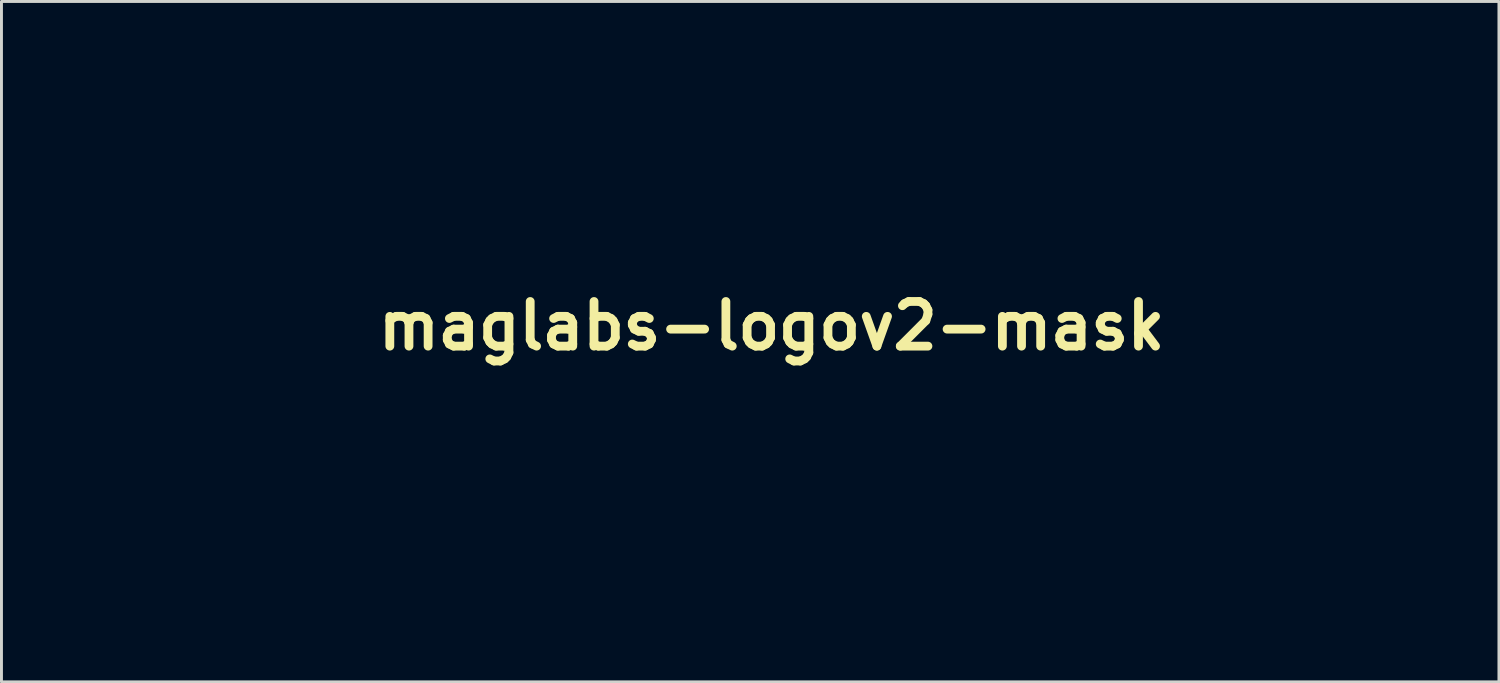
<source format=kicad_pcb>
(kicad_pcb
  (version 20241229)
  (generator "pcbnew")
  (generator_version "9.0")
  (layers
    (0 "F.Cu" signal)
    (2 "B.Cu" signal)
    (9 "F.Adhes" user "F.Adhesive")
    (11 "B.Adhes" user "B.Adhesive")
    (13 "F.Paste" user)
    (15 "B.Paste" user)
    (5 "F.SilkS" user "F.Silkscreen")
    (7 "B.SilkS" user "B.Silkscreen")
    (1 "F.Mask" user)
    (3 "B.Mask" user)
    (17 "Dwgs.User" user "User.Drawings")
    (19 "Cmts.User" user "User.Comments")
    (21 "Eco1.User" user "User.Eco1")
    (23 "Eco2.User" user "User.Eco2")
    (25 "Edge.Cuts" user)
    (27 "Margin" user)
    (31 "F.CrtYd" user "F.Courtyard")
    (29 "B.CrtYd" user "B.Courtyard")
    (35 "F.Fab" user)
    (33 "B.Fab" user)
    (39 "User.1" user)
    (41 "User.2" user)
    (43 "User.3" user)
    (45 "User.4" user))
  (footprint "maglabs-logov2-mask"
    (layer "F.Cu")
    (at 23.278 8.071)
    (property "Reference" "maglabs-logov2-mask" (at 0 0 0) (layer "F.SilkS") (effects (font (size 1.524 1.524) (thickness 0.3))))
    (attr through_hole)
    (fp_poly (pts (xy 1.905 0.349) (xy 3.651 0.349) (xy 3.651 1.524) (xy 2.18 1.524) (xy 1.88 1.524) (xy 1.6 1.522) (xy 1.346 1.52) (xy 1.124 1.518) (xy 0.941 1.514) (xy 0.803 1.511) (xy 0.717 1.507) (xy 0.688 1.503) (xy 0.685 1.469) (xy 0.682 1.376) (xy 0.679 1.227) (xy 0.677 1.029) (xy 0.675 0.784) (xy 0.673 0.497) (xy 0.671 0.172) (xy 0.669 -0.186) (xy 0.668 -0.573) (xy 0.667 -0.985) (xy 0.667 -1.418) (xy 0.667 -1.672) (xy 0.667 -4.826) (xy 1.905 -4.826) (xy 1.905 0.349)) (stroke (width 0.01) (type solid)) (fill yes) (layer "F.Mask"))
    (fp_poly (pts (xy -8.285 -1.683) (xy -8.121 -1.257) (xy -7.964 -0.847) (xy -7.815 -0.458) (xy -7.675 -0.093) (xy -7.546 0.244) (xy -7.43 0.549) (xy -7.328 0.818) (xy -7.242 1.047) (xy -7.172 1.232) (xy -7.121 1.37) (xy -7.09 1.455) (xy -7.081 1.485) (xy -7.094 1.499) (xy -7.138 1.509) (xy -7.221 1.516) (xy -7.348 1.519) (xy -7.526 1.519) (xy -7.704 1.517) (xy -8.328 1.508) (xy -8.814 0.238) (xy -11.407 0.238) (xy -11.659 0.881) (xy -11.912 1.524) (xy -12.526 1.524) (xy -12.717 1.523) (xy -12.885 1.52) (xy -13.021 1.515) (xy -13.113 1.508) (xy -13.154 1.501) (xy -13.154 1.5) (xy -13.145 1.468) (xy -13.114 1.38) (xy -13.063 1.241) (xy -12.994 1.055) (xy -12.908 0.825) (xy -12.806 0.555) (xy -12.689 0.249) (xy -12.561 -0.089) (xy -12.421 -0.455) (xy -12.271 -0.845) (xy -12.208 -1.008) (xy -10.923 -1.008) (xy -10.892 -1.002) (xy -10.806 -0.996) (xy -10.674 -0.991) (xy -10.503 -0.987) (xy -10.302 -0.985) (xy -10.095 -0.984) (xy -9.874 -0.985) (xy -9.676 -0.988) (xy -9.51 -0.991) (xy -9.384 -0.996) (xy -9.305 -1.002) (xy -9.282 -1.008) (xy -9.296 -1.042) (xy -9.331 -1.129) (xy -9.383 -1.26) (xy -9.449 -1.43) (xy -9.528 -1.631) (xy -9.615 -1.856) (xy -9.684 -2.032) (xy -9.776 -2.271) (xy -9.862 -2.491) (xy -9.939 -2.686) (xy -10.003 -2.849) (xy -10.052 -2.972) (xy -10.083 -3.048) (xy -10.092 -3.07) (xy -10.107 -3.048) (xy -10.141 -2.976) (xy -10.192 -2.859) (xy -10.256 -2.708) (xy -10.33 -2.53) (xy -10.411 -2.332) (xy -10.496 -2.123) (xy -10.581 -1.911) (xy -10.664 -1.704) (xy -10.74 -1.51) (xy -10.807 -1.336) (xy -10.862 -1.191) (xy -10.901 -1.083) (xy -10.921 -1.02) (xy -10.923 -1.008) (xy -12.208 -1.008) (xy -12.113 -1.256) (xy -11.955 -1.667) (xy -10.741 -4.81) (xy -9.488 -4.81) (xy -8.285 -1.683)) (stroke (width 0.01) (type solid)) (fill yes) (layer "F.Mask"))
    (fp_poly (pts (xy 9.169 -1.672) (xy 9.333 -1.244) (xy 9.491 -0.833) (xy 9.641 -0.443) (xy 9.781 -0.078) (xy 9.91 0.26) (xy 10.027 0.565) (xy 10.13 0.834) (xy 10.217 1.064) (xy 10.287 1.249) (xy 10.339 1.387) (xy 10.372 1.473) (xy 10.382 1.503) (xy 10.352 1.51) (xy 10.268 1.515) (xy 10.14 1.52) (xy 9.977 1.523) (xy 9.79 1.524) (xy 9.767 1.524) (xy 9.536 1.523) (xy 9.362 1.519) (xy 9.24 1.512) (xy 9.163 1.502) (xy 9.125 1.488) (xy 9.122 1.484) (xy 9.099 1.44) (xy 9.061 1.35) (xy 9.011 1.227) (xy 8.961 1.095) (xy 8.896 0.922) (xy 8.826 0.739) (xy 8.763 0.571) (xy 8.73 0.484) (xy 8.63 0.222) (xy 7.339 0.222) (xy 6.048 0.223) (xy 5.54 1.508) (xy 4.913 1.517) (xy 4.722 1.518) (xy 4.553 1.517) (xy 4.418 1.514) (xy 4.326 1.509) (xy 4.287 1.502) (xy 4.286 1.501) (xy 4.297 1.469) (xy 4.329 1.381) (xy 4.382 1.242) (xy 4.452 1.055) (xy 4.54 0.824) (xy 4.643 0.554) (xy 4.76 0.248) (xy 4.89 -0.09) (xy 5.031 -0.457) (xy 5.181 -0.847) (xy 5.249 -1.024) (xy 6.518 -1.024) (xy 6.526 -1.011) (xy 6.564 -1.002) (xy 6.639 -0.994) (xy 6.757 -0.989) (xy 6.922 -0.986) (xy 7.14 -0.985) (xy 7.334 -0.984) (xy 7.586 -0.984) (xy 7.78 -0.986) (xy 7.926 -0.988) (xy 8.028 -0.992) (xy 8.095 -0.998) (xy 8.132 -1.007) (xy 8.148 -1.019) (xy 8.148 -1.035) (xy 8.147 -1.04) (xy 8.088 -1.202) (xy 8.017 -1.391) (xy 7.938 -1.598) (xy 7.852 -1.817) (xy 7.764 -2.04) (xy 7.676 -2.259) (xy 7.591 -2.466) (xy 7.514 -2.655) (xy 7.445 -2.816) (xy 7.39 -2.943) (xy 7.35 -3.029) (xy 7.329 -3.065) (xy 7.327 -3.065) (xy 7.31 -3.026) (xy 7.273 -2.936) (xy 7.218 -2.801) (xy 7.15 -2.628) (xy 7.069 -2.426) (xy 6.98 -2.2) (xy 6.919 -2.044) (xy 6.826 -1.807) (xy 6.741 -1.589) (xy 6.665 -1.397) (xy 6.602 -1.236) (xy 6.555 -1.116) (xy 6.526 -1.043) (xy 6.518 -1.024) (xy 5.249 -1.024) (xy 5.339 -1.259) (xy 5.499 -1.675) (xy 6.713 -4.826) (xy 7.956 -4.826) (xy 9.169 -1.672)) (stroke (width 0.01) (type solid)) (fill yes) (layer "F.Mask"))
    (fp_poly (pts (xy -3.261 -4.974) (xy -3.031 -4.955) (xy -2.933 -4.941) (xy -2.471 -4.835) (xy -2.05 -4.682) (xy -1.666 -4.481) (xy -1.313 -4.229) (xy -1.04 -3.978) (xy -0.858 -3.793) (xy -1.284 -3.367) (xy -1.711 -2.942) (xy -1.918 -3.136) (xy -2.209 -3.367) (xy -2.529 -3.55) (xy -2.871 -3.682) (xy -3.226 -3.763) (xy -3.587 -3.792) (xy -3.946 -3.768) (xy -4.295 -3.69) (xy -4.626 -3.557) (xy -4.754 -3.487) (xy -4.92 -3.37) (xy -5.096 -3.216) (xy -5.264 -3.044) (xy -5.404 -2.872) (xy -5.447 -2.81) (xy -5.606 -2.503) (xy -5.711 -2.172) (xy -5.762 -1.828) (xy -5.758 -1.478) (xy -5.699 -1.132) (xy -5.585 -0.8) (xy -5.47 -0.577) (xy -5.349 -0.406) (xy -5.188 -0.225) (xy -5.004 -0.049) (xy -4.813 0.105) (xy -4.633 0.221) (xy -4.618 0.229) (xy -4.332 0.357) (xy -4.044 0.439) (xy -3.734 0.48) (xy -3.524 0.487) (xy -3.235 0.476) (xy -2.985 0.44) (xy -2.756 0.374) (xy -2.572 0.296) (xy -2.44 0.214) (xy -2.292 0.094) (xy -2.141 -0.051) (xy -2.004 -0.205) (xy -1.895 -0.353) (xy -1.863 -0.407) (xy -1.774 -0.572) (xy -3.619 -0.572) (xy -3.619 -1.714) (xy -0.404 -1.714) (xy -0.421 -1.294) (xy -0.446 -0.969) (xy -0.499 -0.678) (xy -0.584 -0.399) (xy -0.709 -0.109) (xy -0.762 -0.002) (xy -0.993 0.383) (xy -1.263 0.721) (xy -1.571 1.01) (xy -1.913 1.249) (xy -2.286 1.433) (xy -2.688 1.563) (xy -2.87 1.601) (xy -3.253 1.65) (xy -3.641 1.665) (xy -3.937 1.651) (xy -4.405 1.577) (xy -4.846 1.448) (xy -5.254 1.265) (xy -5.629 1.032) (xy -5.966 0.75) (xy -6.262 0.423) (xy -6.515 0.053) (xy -6.722 -0.357) (xy -6.879 -0.806) (xy -6.882 -0.817) (xy -6.913 -0.934) (xy -6.936 -1.036) (xy -6.952 -1.136) (xy -6.961 -1.249) (xy -6.966 -1.388) (xy -6.967 -1.568) (xy -6.967 -1.699) (xy -6.965 -1.919) (xy -6.961 -2.089) (xy -6.952 -2.222) (xy -6.939 -2.332) (xy -6.919 -2.432) (xy -6.898 -2.514) (xy -6.76 -2.923) (xy -6.583 -3.292) (xy -6.359 -3.632) (xy -6.08 -3.958) (xy -6.019 -4.02) (xy -5.683 -4.32) (xy -5.327 -4.561) (xy -4.944 -4.748) (xy -4.525 -4.886) (xy -4.493 -4.895) (xy -4.297 -4.932) (xy -4.058 -4.959) (xy -3.793 -4.975) (xy -3.521 -4.981) (xy -3.261 -4.974)) (stroke (width 0.01) (type solid)) (fill yes) (layer "F.Mask"))
    (fp_poly (pts (xy 12.216 -4.817) (xy 12.537 -4.811) (xy 12.803 -4.804) (xy 13.022 -4.793) (xy 13.203 -4.779) (xy 13.354 -4.759) (xy 13.483 -4.733) (xy 13.6 -4.7) (xy 13.712 -4.658) (xy 13.828 -4.606) (xy 13.875 -4.583) (xy 14.139 -4.422) (xy 14.358 -4.224) (xy 14.531 -3.996) (xy 14.656 -3.747) (xy 14.732 -3.482) (xy 14.759 -3.209) (xy 14.734 -2.935) (xy 14.656 -2.668) (xy 14.524 -2.413) (xy 14.337 -2.18) (xy 14.315 -2.158) (xy 14.137 -1.982) (xy 14.33 -1.872) (xy 14.445 -1.796) (xy 14.579 -1.693) (xy 14.706 -1.582) (xy 14.733 -1.556) (xy 14.926 -1.335) (xy 15.066 -1.098) (xy 15.156 -0.835) (xy 15.201 -0.538) (xy 15.207 -0.349) (xy 15.181 -0.005) (xy 15.102 0.307) (xy 14.967 0.592) (xy 14.774 0.854) (xy 14.738 0.895) (xy 14.525 1.095) (xy 14.295 1.25) (xy 14.037 1.365) (xy 13.741 1.444) (xy 13.398 1.491) (xy 13.394 1.492) (xy 13.275 1.499) (xy 13.115 1.506) (xy 12.924 1.512) (xy 12.711 1.517) (xy 12.484 1.52) (xy 12.252 1.523) (xy 12.025 1.523) (xy 11.812 1.523) (xy 11.621 1.521) (xy 11.462 1.518) (xy 11.343 1.513) (xy 11.274 1.507) (xy 11.261 1.503) (xy 11.258 1.469) (xy 11.255 1.376) (xy 11.252 1.227) (xy 11.25 1.029) (xy 11.247 0.784) (xy 11.245 0.497) (xy 11.244 0.349) (xy 12.478 0.349) (xy 12.724 0.348) (xy 12.888 0.343) (xy 13.07 0.331) (xy 13.208 0.316) (xy 13.442 0.277) (xy 13.622 0.223) (xy 13.758 0.152) (xy 13.836 0.087) (xy 13.929 -0.032) (xy 13.983 -0.161) (xy 14.006 -0.322) (xy 14.007 -0.398) (xy 13.98 -0.623) (xy 13.901 -0.814) (xy 13.769 -0.971) (xy 13.584 -1.095) (xy 13.346 -1.185) (xy 13.054 -1.243) (xy 12.707 -1.268) (xy 12.644 -1.269) (xy 12.478 -1.27) (xy 12.478 0.349) (xy 11.244 0.349) (xy 11.244 0.172) (xy 11.242 -0.186) (xy 11.241 -0.574) (xy 11.24 -0.986) (xy 11.24 -1.418) (xy 11.239 -1.676) (xy 11.239 -3.651) (xy 12.478 -3.651) (xy 12.478 -2.341) (xy 12.759 -2.357) (xy 12.945 -2.374) (xy 13.091 -2.406) (xy 13.216 -2.453) (xy 13.381 -2.558) (xy 13.494 -2.698) (xy 13.556 -2.875) (xy 13.569 -3.029) (xy 13.55 -3.217) (xy 13.49 -3.364) (xy 13.385 -3.482) (xy 13.359 -3.502) (xy 13.246 -3.573) (xy 13.123 -3.618) (xy 12.974 -3.643) (xy 12.78 -3.651) (xy 12.759 -3.651) (xy 12.478 -3.651) (xy 11.239 -3.651) (xy 11.239 -4.833) (xy 12.216 -4.817)) (stroke (width 0.01) (type solid)) (fill yes) (layer "F.Mask"))
    (fp_poly (pts (xy 18.258 -4.961) (xy 18.562 -4.888) (xy 18.851 -4.76) (xy 19.138 -4.574) (xy 19.168 -4.552) (xy 19.277 -4.463) (xy 19.394 -4.359) (xy 19.509 -4.25) (xy 19.611 -4.146) (xy 19.691 -4.057) (xy 19.739 -3.993) (xy 19.748 -3.969) (xy 19.726 -3.941) (xy 19.663 -3.877) (xy 19.567 -3.787) (xy 19.445 -3.676) (xy 19.316 -3.561) (xy 18.884 -3.18) (xy 18.641 -3.426) (xy 18.468 -3.589) (xy 18.313 -3.702) (xy 18.166 -3.772) (xy 18.015 -3.805) (xy 17.922 -3.81) (xy 17.729 -3.789) (xy 17.576 -3.73) (xy 17.467 -3.635) (xy 17.408 -3.509) (xy 17.399 -3.427) (xy 17.402 -3.358) (xy 17.413 -3.294) (xy 17.436 -3.23) (xy 17.476 -3.161) (xy 17.536 -3.082) (xy 17.622 -2.988) (xy 17.737 -2.876) (xy 17.886 -2.74) (xy 18.072 -2.576) (xy 18.299 -2.378) (xy 18.465 -2.236) (xy 18.762 -1.977) (xy 19.012 -1.75) (xy 19.22 -1.548) (xy 19.39 -1.367) (xy 19.526 -1.201) (xy 19.634 -1.044) (xy 19.717 -0.891) (xy 19.781 -0.737) (xy 19.827 -0.586) (xy 19.861 -0.388) (xy 19.873 -0.159) (xy 19.863 0.077) (xy 19.832 0.29) (xy 19.828 0.31) (xy 19.728 0.601) (xy 19.573 0.87) (xy 19.372 1.111) (xy 19.133 1.315) (xy 18.862 1.476) (xy 18.569 1.585) (xy 18.507 1.6) (xy 18.236 1.645) (xy 17.952 1.664) (xy 17.686 1.656) (xy 17.612 1.648) (xy 17.262 1.571) (xy 16.936 1.438) (xy 16.639 1.253) (xy 16.381 1.021) (xy 16.263 0.882) (xy 16.181 0.77) (xy 16.098 0.647) (xy 16.02 0.525) (xy 15.957 0.417) (xy 15.917 0.337) (xy 15.907 0.303) (xy 15.932 0.28) (xy 16.002 0.23) (xy 16.105 0.162) (xy 16.232 0.08) (xy 16.372 -0.008) (xy 16.513 -0.096) (xy 16.647 -0.178) (xy 16.763 -0.246) (xy 16.849 -0.294) (xy 16.896 -0.317) (xy 16.9 -0.318) (xy 16.923 -0.293) (xy 16.971 -0.228) (xy 17.034 -0.135) (xy 17.049 -0.113) (xy 17.225 0.118) (xy 17.421 0.304) (xy 17.594 0.418) (xy 17.766 0.478) (xy 17.961 0.498) (xy 18.158 0.478) (xy 18.331 0.419) (xy 18.359 0.404) (xy 18.518 0.279) (xy 18.623 0.128) (xy 18.67 -0.043) (xy 18.658 -0.227) (xy 18.622 -0.336) (xy 18.556 -0.446) (xy 18.437 -0.589) (xy 18.263 -0.766) (xy 18.035 -0.976) (xy 17.754 -1.22) (xy 17.701 -1.265) (xy 17.366 -1.551) (xy 17.082 -1.809) (xy 16.845 -2.044) (xy 16.651 -2.26) (xy 16.497 -2.463) (xy 16.379 -2.656) (xy 16.293 -2.846) (xy 16.237 -3.036) (xy 16.206 -3.233) (xy 16.2 -3.313) (xy 16.208 -3.618) (xy 16.271 -3.895) (xy 16.391 -4.149) (xy 16.569 -4.388) (xy 16.715 -4.534) (xy 16.973 -4.731) (xy 17.254 -4.87) (xy 17.562 -4.954) (xy 17.902 -4.985) (xy 17.929 -4.985) (xy 18.258 -4.961)) (stroke (width 0.01) (type solid)) (fill yes) (layer "F.Mask"))
    (fp_poly (pts (xy -14.345 -1.676) (xy -14.271 -1.237) (xy -14.201 -0.816) (xy -14.135 -0.416) (xy -14.074 -0.043) (xy -14.018 0.3) (xy -13.968 0.608) (xy -13.925 0.878) (xy -13.889 1.105) (xy -13.861 1.284) (xy -13.842 1.412) (xy -13.832 1.484) (xy -13.832 1.5) (xy -13.867 1.507) (xy -13.955 1.514) (xy -14.086 1.52) (xy -14.249 1.523) (xy -14.413 1.524) (xy -14.63 1.523) (xy -14.791 1.519) (xy -14.9 1.512) (xy -14.965 1.501) (xy -14.992 1.487) (xy -14.994 1.484) (xy -15.001 1.447) (xy -15.019 1.352) (xy -15.044 1.206) (xy -15.078 1.013) (xy -15.118 0.779) (xy -15.165 0.511) (xy -15.216 0.212) (xy -15.271 -0.111) (xy -15.329 -0.453) (xy -15.337 -0.504) (xy -15.395 -0.846) (xy -15.45 -1.168) (xy -15.501 -1.464) (xy -15.548 -1.731) (xy -15.588 -1.962) (xy -15.622 -2.152) (xy -15.649 -2.296) (xy -15.667 -2.388) (xy -15.676 -2.424) (xy -15.676 -2.425) (xy -15.688 -2.39) (xy -15.718 -2.301) (xy -15.765 -2.162) (xy -15.827 -1.978) (xy -15.903 -1.754) (xy -15.99 -1.496) (xy -16.087 -1.208) (xy -16.192 -0.895) (xy -16.304 -0.563) (xy -16.344 -0.445) (xy -17.002 1.508) (xy -18.076 1.508) (xy -18.733 -0.46) (xy -18.877 -0.89) (xy -19.004 -1.267) (xy -19.115 -1.591) (xy -19.209 -1.86) (xy -19.285 -2.073) (xy -19.344 -2.229) (xy -19.384 -2.327) (xy -19.405 -2.366) (xy -19.409 -2.365) (xy -19.417 -2.323) (xy -19.436 -2.224) (xy -19.463 -2.074) (xy -19.498 -1.878) (xy -19.54 -1.643) (xy -19.587 -1.373) (xy -19.639 -1.075) (xy -19.695 -0.754) (xy -19.748 -0.445) (xy -19.807 -0.108) (xy -19.862 0.211) (xy -19.914 0.506) (xy -19.96 0.772) (xy -20.001 1.004) (xy -20.035 1.195) (xy -20.061 1.34) (xy -20.078 1.433) (xy -20.086 1.468) (xy -20.097 1.488) (xy -20.122 1.503) (xy -20.17 1.513) (xy -20.25 1.519) (xy -20.37 1.522) (xy -20.539 1.524) (xy -20.687 1.524) (xy -20.911 1.523) (xy -21.076 1.519) (xy -21.188 1.512) (xy -21.251 1.501) (xy -21.272 1.487) (xy -21.273 1.487) (xy -21.267 1.451) (xy -21.252 1.357) (xy -21.227 1.208) (xy -21.193 1.01) (xy -21.152 0.767) (xy -21.103 0.482) (xy -21.048 0.161) (xy -20.987 -0.194) (xy -20.921 -0.577) (xy -20.851 -0.984) (xy -20.777 -1.411) (xy -20.733 -1.666) (xy -20.657 -2.102) (xy -20.585 -2.521) (xy -20.516 -2.917) (xy -20.452 -3.288) (xy -20.394 -3.628) (xy -20.341 -3.933) (xy -20.295 -4.199) (xy -20.257 -4.423) (xy -20.227 -4.599) (xy -20.206 -4.723) (xy -20.195 -4.791) (xy -20.193 -4.804) (xy -20.163 -4.811) (xy -20.079 -4.817) (xy -19.951 -4.822) (xy -19.789 -4.825) (xy -19.603 -4.826) (xy -19.592 -4.826) (xy -18.992 -4.826) (xy -18.268 -2.653) (xy -18.149 -2.298) (xy -18.036 -1.961) (xy -17.93 -1.647) (xy -17.833 -1.361) (xy -17.746 -1.108) (xy -17.672 -0.892) (xy -17.611 -0.719) (xy -17.565 -0.592) (xy -17.537 -0.516) (xy -17.527 -0.496) (xy -17.514 -0.528) (xy -17.483 -0.616) (xy -17.436 -0.754) (xy -17.373 -0.938) (xy -17.296 -1.163) (xy -17.208 -1.424) (xy -17.11 -1.716) (xy -17.003 -2.035) (xy -16.889 -2.375) (xy -16.793 -2.661) (xy -16.076 -4.81) (xy -15.474 -4.819) (xy -14.873 -4.827) (xy -14.345 -1.676)) (stroke (width 0.01) (type solid)) (fill yes) (layer "F.Mask"))
    (fp_poly (pts (xy 1.605 -8.06) (xy 2.805 -8.046) (xy 3.972 -8.023) (xy 5.095 -7.992) (xy 5.763 -7.969) (xy 7.801 -7.877) (xy 9.791 -7.76) (xy 11.741 -7.616) (xy 13.66 -7.445) (xy 15.559 -7.245) (xy 17.445 -7.016) (xy 19.33 -6.756) (xy 20.763 -6.539) (xy 21.008 -6.501) (xy 21.232 -6.466) (xy 21.429 -6.435) (xy 21.59 -6.411) (xy 21.708 -6.393) (xy 21.775 -6.383) (xy 21.787 -6.382) (xy 21.79 -6.351) (xy 21.792 -6.259) (xy 21.794 -6.11) (xy 21.797 -5.906) (xy 21.799 -5.652) (xy 21.801 -5.349) (xy 21.803 -5) (xy 21.805 -4.61) (xy 21.806 -4.18) (xy 21.808 -3.715) (xy 21.809 -3.216) (xy 21.81 -2.688) (xy 21.811 -2.132) (xy 21.812 -1.553) (xy 21.812 -0.953) (xy 21.812 -0.335) (xy 21.812 -0.21) (xy 21.812 5.962) (xy 21.709 5.981) (xy 21.647 5.991) (xy 21.525 6.009) (xy 21.348 6.035) (xy 21.117 6.069) (xy 20.835 6.109) (xy 20.504 6.157) (xy 20.129 6.211) (xy 19.711 6.27) (xy 19.252 6.336) (xy 18.757 6.406) (xy 18.227 6.481) (xy 17.666 6.561) (xy 17.076 6.645) (xy 16.459 6.732) (xy 15.819 6.823) (xy 15.159 6.916) (xy 14.48 7.012) (xy 13.786 7.11) (xy 13.079 7.21) (xy 12.363 7.311) (xy 11.64 7.413) (xy 10.912 7.515) (xy 10.183 7.618) (xy 9.455 7.721) (xy 8.731 7.823) (xy 8.014 7.923) (xy 7.306 8.023) (xy 6.61 8.121) (xy 5.929 8.216) (xy 5.265 8.309) (xy 4.622 8.4) (xy 4.002 8.486) (xy 3.408 8.57) (xy 2.843 8.649) (xy 2.308 8.723) (xy 1.808 8.793) (xy 1.344 8.857) (xy 0.92 8.916) (xy 0.539 8.969) (xy 0.202 9.016) (xy -0.087 9.055) (xy -0.325 9.088) (xy -0.511 9.113) (xy -0.64 9.13) (xy -0.711 9.139) (xy -0.724 9.14) (xy -0.828 9.133) (xy -0.967 9.118) (xy -1.115 9.097) (xy -1.143 9.093) (xy -1.216 9.082) (xy -1.347 9.063) (xy -1.53 9.036) (xy -1.76 9.003) (xy -2.032 8.964) (xy -2.34 8.921) (xy -2.679 8.872) (xy -3.044 8.821) (xy -3.43 8.766) (xy -3.83 8.71) (xy -4 8.686) (xy -4.344 8.637) (xy -4.746 8.581) (xy -5.202 8.516) (xy -5.708 8.445) (xy -6.26 8.367) (xy -6.853 8.284) (xy -7.482 8.195) (xy -8.145 8.101) (xy -8.836 8.004) (xy -9.55 7.903) (xy -10.285 7.8) (xy -11.034 7.694) (xy -11.795 7.587) (xy -12.562 7.478) (xy -13.332 7.37) (xy -14.099 7.261) (xy -14.86 7.154) (xy -15.611 7.048) (xy -16.347 6.944) (xy -17.063 6.843) (xy -17.756 6.745) (xy -18.421 6.651) (xy -19.053 6.562) (xy -19.649 6.478) (xy -20.204 6.4) (xy -20.714 6.328) (xy -20.794 6.316) (xy -21.182 6.262) (xy -21.551 6.21) (xy -21.896 6.161) (xy -22.213 6.116) (xy -22.498 6.076) (xy -22.745 6.041) (xy -22.949 6.013) (xy -23.107 5.991) (xy -23.212 5.976) (xy -23.26 5.969) (xy -23.263 5.969) (xy -23.264 5.938) (xy -23.265 5.846) (xy -23.266 5.697) (xy -23.267 5.494) (xy -23.268 5.239) (xy -23.268 4.936) (xy -23.269 4.588) (xy -23.27 4.197) (xy -23.27 3.768) (xy -23.271 3.302) (xy -23.271 2.804) (xy -23.272 2.275) (xy -23.272 1.72) (xy -23.273 1.14) (xy -23.273 0.54) (xy -23.273 -0.078) (xy -23.273 -0.202) (xy -23.273 -5.797) (xy -22.606 -5.797) (xy -22.606 -0.264) (xy -22.606 5.269) (xy -22.535 5.285) (xy -22.492 5.292) (xy -22.392 5.306) (xy -22.239 5.329) (xy -22.039 5.357) (xy -21.796 5.392) (xy -21.516 5.432) (xy -21.204 5.476) (xy -20.866 5.523) (xy -20.505 5.574) (xy -20.177 5.62) (xy -19.801 5.672) (xy -19.441 5.723) (xy -19.103 5.77) (xy -18.792 5.814) (xy -18.514 5.854) (xy -18.272 5.888) (xy -18.074 5.916) (xy -17.923 5.938) (xy -17.825 5.952) (xy -17.788 5.958) (xy -17.685 5.976) (xy -17.685 5.401) (xy -17.685 5.194) (xy -17.688 5.042) (xy -17.693 4.937) (xy -17.701 4.872) (xy -17.713 4.838) (xy -17.729 4.826) (xy -17.732 4.826) (xy -17.771 4.798) (xy -17.78 4.747) (xy -17.763 4.683) (xy -17.732 4.667) (xy -17.709 4.656) (xy -17.695 4.615) (xy -17.687 4.534) (xy -17.685 4.402) (xy -17.685 4.381) (xy -17.685 4.096) (xy -14.323 4.096) (xy -14.313 3.977) (xy -14.303 3.858) (xy -13.24 3.842) (xy -12.985 3.837) (xy -12.75 3.832) (xy -12.542 3.825) (xy -12.369 3.819) (xy -12.238 3.812) (xy -12.158 3.805) (xy -12.136 3.8) (xy -12.122 3.773) (xy -12.111 3.708) (xy -12.103 3.601) (xy -12.099 3.444) (xy -12.097 3.232) (xy -12.097 3.141) (xy -12.096 2.923) (xy -12.094 2.76) (xy -12.09 2.645) (xy -12.083 2.57) (xy -12.072 2.528) (xy -12.058 2.51) (xy -12.049 2.508) (xy -12.007 2.525) (xy -12.002 2.54) (xy -11.971 2.555) (xy -11.886 2.565) (xy -11.755 2.571) (xy -11.668 2.572) (xy -11.335 2.572) (xy -11.335 3.016) (xy -12.002 3.016) (xy -12.002 3.396) (xy -12.001 3.559) (xy -11.997 3.669) (xy -11.988 3.739) (xy -11.973 3.78) (xy -11.95 3.803) (xy -11.94 3.809) (xy -11.889 3.819) (xy -11.778 3.827) (xy -11.611 3.833) (xy -11.39 3.838) (xy -11.119 3.841) (xy -10.829 3.842) (xy -9.779 3.842) (xy -9.779 4.095) (xy -8.088 4.103) (xy -6.398 4.112) (xy -6.388 4.389) (xy -6.381 4.513) (xy -6.369 4.609) (xy -6.355 4.661) (xy -6.349 4.667) (xy -6.326 4.694) (xy -6.318 4.747) (xy -6.329 4.806) (xy -6.35 4.826) (xy -6.359 4.858) (xy -6.366 4.951) (xy -6.372 5.106) (xy -6.376 5.32) (xy -6.38 5.593) (xy -6.381 5.923) (xy -6.382 6.191) (xy -6.382 7.555) (xy -6.31 7.571) (xy -6.246 7.583) (xy -6.144 7.599) (xy -6.018 7.617) (xy -5.885 7.636) (xy -5.759 7.653) (xy -5.655 7.667) (xy -5.588 7.674) (xy -5.57 7.674) (xy -5.569 7.642) (xy -5.565 7.552) (xy -5.559 7.408) (xy -5.552 7.216) (xy -5.543 6.981) (xy -5.533 6.708) (xy -5.522 6.402) (xy -5.509 6.068) (xy -5.496 5.711) (xy -5.486 5.427) (xy -5.406 3.187) (xy -5.213 2.808) (xy -5.118 2.62) (xy -5.048 2.486) (xy -4.994 2.406) (xy -4.949 2.379) (xy -4.905 2.406) (xy -4.855 2.485) (xy -4.789 2.617) (xy -4.708 2.785) (xy -4.48 3.254) (xy -4.415 5.223) (xy -4.403 5.582) (xy -4.391 5.931) (xy -4.379 6.263) (xy -4.368 6.572) (xy -4.358 6.85) (xy -4.348 7.092) (xy -4.34 7.29) (xy -4.334 7.438) (xy -4.33 7.528) (xy -4.31 7.864) (xy -3.846 7.928) (xy -3.676 7.952) (xy -3.524 7.972) (xy -3.404 7.987) (xy -3.328 7.996) (xy -3.313 7.997) (xy -3.245 8.001) (xy -3.243 7.041) (xy -3.242 6.795) (xy -3.242 6.565) (xy -3.241 6.361) (xy -3.241 6.191) (xy -3.24 6.064) (xy -3.24 5.988) (xy -3.24 5.977) (xy -3.239 5.874) (xy -1.651 5.874) (xy -1.651 5.685) (xy -1.656 5.581) (xy -1.669 5.505) (xy -1.683 5.477) (xy -1.709 5.432) (xy -1.714 5.396) (xy -1.735 5.345) (xy -1.762 5.334) (xy -1.792 5.317) (xy -1.807 5.258) (xy -1.81 5.175) (xy -1.814 5.077) (xy -1.831 5.028) (xy -1.86 5.016) (xy -1.897 4.993) (xy -1.899 4.945) (xy -1.894 4.921) (xy -1.882 4.904) (xy -1.855 4.891) (xy -1.804 4.881) (xy -1.721 4.875) (xy -1.599 4.871) (xy -1.43 4.868) (xy -1.214 4.865) (xy -0.54 4.856) (xy -0.54 4.603) (xy -0.538 4.477) (xy -0.532 4.401) (xy -0.518 4.363) (xy -0.493 4.351) (xy -0.476 4.35) (xy -0.44 4.342) (xy -0.42 4.309) (xy -0.413 4.236) (xy -0.413 4.175) (xy -0.41 4.074) (xy -0.398 4.021) (xy -0.371 4.002) (xy -0.352 4) (xy -0.312 3.987) (xy -0.283 3.938) (xy -0.257 3.839) (xy -0.255 3.83) (xy -0.179 3.613) (xy -0.049 3.424) (xy 0.128 3.266) (xy 0.35 3.141) (xy 0.611 3.052) (xy 0.905 3.001) (xy 1.229 2.99) (xy 1.333 2.996) (xy 1.631 3.036) (xy 1.898 3.11) (xy 2.13 3.214) (xy 2.322 3.345) (xy 2.469 3.498) (xy 2.564 3.671) (xy 2.602 3.858) (xy 2.603 3.881) (xy 2.608 3.96) (xy 2.632 3.994) (xy 2.683 4) (xy 2.728 4.005) (xy 2.752 4.029) (xy 2.761 4.088) (xy 2.762 4.175) (xy 2.765 4.276) (xy 2.777 4.329) (xy 2.803 4.348) (xy 2.826 4.35) (xy 2.857 4.355) (xy 2.876 4.38) (xy 2.886 4.436) (xy 2.889 4.537) (xy 2.889 4.603) (xy 2.889 4.856) (xy 3.564 4.865) (xy 3.787 4.868) (xy 3.955 4.871) (xy 4.075 4.875) (xy 4.156 4.882) (xy 4.206 4.891) (xy 4.233 4.904) (xy 4.244 4.922) (xy 4.249 4.945) (xy 4.241 5.004) (xy 4.209 5.016) (xy 4.178 5.032) (xy 4.163 5.085) (xy 4.159 5.175) (xy 4.154 5.275) (xy 4.136 5.324) (xy 4.112 5.334) (xy 4.073 5.361) (xy 4.064 5.398) (xy 4.043 5.46) (xy 4.016 5.481) (xy 3.989 5.509) (xy 3.974 5.575) (xy 3.969 5.69) (xy 3.969 5.718) (xy 3.969 5.937) (xy 5.302 5.937) (xy 5.302 6.017) (xy 5.305 6.054) (xy 5.319 6.078) (xy 5.359 6.09) (xy 5.436 6.095) (xy 5.563 6.096) (xy 5.588 6.096) (xy 5.874 6.096) (xy 5.874 5.905) (xy 5.87 5.795) (xy 5.857 5.735) (xy 5.832 5.715) (xy 5.826 5.715) (xy 5.788 5.687) (xy 5.779 5.62) (xy 5.785 5.555) (xy 5.817 5.529) (xy 5.888 5.524) (xy 5.964 5.518) (xy 6 5.484) (xy 6.018 5.417) (xy 6.024 5.348) (xy 6.029 5.229) (xy 6.03 5.075) (xy 6.029 4.9) (xy 6.027 4.813) (xy 6.025 4.644) (xy 6.026 4.5) (xy 6.03 4.391) (xy 6.036 4.329) (xy 6.04 4.318) (xy 6.06 4.291) (xy 6.064 4.255) (xy 6.078 4.203) (xy 6.098 4.191) (xy 6.16 4.162) (xy 6.213 4.084) (xy 6.238 4.007) (xy 6.265 3.937) (xy 6.302 3.905) (xy 6.305 3.905) (xy 6.333 3.887) (xy 6.347 3.825) (xy 6.35 3.731) (xy 6.355 3.623) (xy 6.372 3.568) (xy 6.394 3.556) (xy 6.428 3.525) (xy 6.455 3.437) (xy 6.46 3.405) (xy 6.525 3.166) (xy 6.644 2.939) (xy 6.809 2.737) (xy 7.009 2.574) (xy 7.121 2.509) (xy 7.225 2.46) (xy 7.309 2.425) (xy 7.355 2.413) (xy 7.377 2.384) (xy 7.392 2.311) (xy 7.399 2.21) (xy 7.4 2.1) (xy 7.393 1.999) (xy 7.378 1.926) (xy 7.359 1.897) (xy 7.337 1.87) (xy 7.341 1.804) (xy 7.351 1.76) (xy 7.38 1.676) (xy 7.421 1.636) (xy 7.468 1.625) (xy 7.512 1.617) (xy 7.539 1.595) (xy 7.553 1.546) (xy 7.56 1.454) (xy 7.563 1.387) (xy 7.571 1.265) (xy 7.584 1.193) (xy 7.605 1.158) (xy 7.628 1.149) (xy 7.656 1.151) (xy 7.673 1.177) (xy 7.681 1.24) (xy 7.683 1.353) (xy 7.684 1.379) (xy 7.684 1.619) (xy 7.795 1.619) (xy 7.872 1.627) (xy 7.902 1.655) (xy 7.906 1.681) (xy 7.92 1.742) (xy 7.938 1.762) (xy 7.964 1.807) (xy 7.969 1.843) (xy 7.956 1.894) (xy 7.938 1.905) (xy 7.922 1.935) (xy 7.911 2.015) (xy 7.906 2.135) (xy 7.906 2.153) (xy 7.906 2.401) (xy 8.08 2.474) (xy 8.316 2.604) (xy 8.511 2.782) (xy 8.664 3.003) (xy 8.77 3.262) (xy 8.809 3.437) (xy 8.835 3.522) (xy 8.873 3.556) (xy 8.876 3.556) (xy 8.904 3.573) (xy 8.918 3.632) (xy 8.922 3.731) (xy 8.927 3.826) (xy 8.94 3.89) (xy 8.954 3.905) (xy 8.982 3.931) (xy 8.985 3.953) (xy 9.002 3.995) (xy 9.017 4) (xy 9.043 4.027) (xy 9.049 4.064) (xy 9.067 4.115) (xy 9.094 4.128) (xy 9.136 4.154) (xy 9.179 4.218) (xy 9.181 4.223) (xy 9.214 4.288) (xy 9.238 4.318) (xy 9.239 4.318) (xy 9.244 4.348) (xy 9.247 4.431) (xy 9.248 4.555) (xy 9.247 4.711) (xy 9.245 4.817) (xy 9.243 4.997) (xy 9.243 5.162) (xy 9.246 5.299) (xy 9.251 5.393) (xy 9.254 5.42) (xy 9.275 5.491) (xy 9.315 5.52) (xy 9.384 5.524) (xy 9.458 5.531) (xy 9.488 5.558) (xy 9.493 5.605) (xy 9.476 5.672) (xy 9.446 5.704) (xy 9.416 5.736) (xy 9.401 5.811) (xy 9.398 5.909) (xy 9.398 6.096) (xy 9.811 6.096) (xy 9.811 5.874) (xy 11.208 5.874) (xy 11.208 5.588) (xy 11.206 5.449) (xy 11.199 5.362) (xy 11.186 5.317) (xy 11.164 5.302) (xy 11.16 5.302) (xy 11.121 5.276) (xy 11.113 5.239) (xy 11.118 5.207) (xy 11.142 5.188) (xy 11.199 5.179) (xy 11.3 5.175) (xy 11.367 5.175) (xy 11.484 5.172) (xy 11.573 5.165) (xy 11.618 5.153) (xy 11.62 5.15) (xy 11.607 5.098) (xy 11.576 5.03) (xy 11.541 4.974) (xy 11.517 4.953) (xy 11.501 4.925) (xy 11.494 4.857) (xy 11.493 4.845) (xy 11.48 4.759) (xy 11.446 4.719) (xy 11.404 4.677) (xy 11.398 4.652) (xy 11.416 4.621) (xy 11.477 4.606) (xy 11.541 4.604) (xy 11.684 4.604) (xy 11.684 4.032) (xy 16.034 4.032) (xy 16.034 4.604) (xy 16.177 4.604) (xy 16.27 4.61) (xy 16.313 4.63) (xy 16.32 4.652) (xy 16.294 4.705) (xy 16.272 4.719) (xy 16.236 4.765) (xy 16.224 4.845) (xy 16.218 4.917) (xy 16.203 4.953) (xy 16.2 4.953) (xy 16.16 4.984) (xy 16.129 5.073) (xy 16.108 5.214) (xy 16.098 5.403) (xy 16.097 5.467) (xy 16.099 5.624) (xy 16.105 5.727) (xy 16.115 5.785) (xy 16.133 5.808) (xy 16.142 5.81) (xy 16.18 5.806) (xy 16.275 5.793) (xy 16.424 5.773) (xy 16.622 5.746) (xy 16.862 5.712) (xy 17.141 5.673) (xy 17.454 5.63) (xy 17.795 5.581) (xy 18.16 5.53) (xy 18.545 5.475) (xy 18.646 5.461) (xy 19.034 5.406) (xy 19.403 5.354) (xy 19.749 5.305) (xy 20.068 5.26) (xy 20.353 5.219) (xy 20.601 5.184) (xy 20.807 5.156) (xy 20.966 5.133) (xy 21.072 5.119) (xy 21.122 5.112) (xy 21.125 5.112) (xy 21.128 5.081) (xy 21.13 4.989) (xy 21.132 4.841) (xy 21.134 4.638) (xy 21.135 4.386) (xy 21.137 4.085) (xy 21.139 3.741) (xy 21.14 3.356) (xy 21.141 2.934) (xy 21.143 2.477) (xy 21.144 1.989) (xy 21.144 1.473) (xy 21.145 0.933) (xy 21.145 0.371) (xy 21.145 -0.209) (xy 21.145 -0.349) (xy 21.145 -1.095) (xy 21.145 -1.778) (xy 21.144 -2.402) (xy 21.143 -2.967) (xy 21.142 -3.475) (xy 21.141 -3.929) (xy 21.139 -4.328) (xy 21.137 -4.677) (xy 21.134 -4.975) (xy 21.132 -5.225) (xy 21.128 -5.428) (xy 21.125 -5.586) (xy 21.121 -5.701) (xy 21.117 -5.774) (xy 21.112 -5.808) (xy 21.11 -5.81) (xy 21.07 -5.815) (xy 20.977 -5.828) (xy 20.838 -5.849) (xy 20.663 -5.876) (xy 20.46 -5.907) (xy 20.277 -5.936) (xy 18.302 -6.227) (xy 16.278 -6.487) (xy 14.208 -6.716) (xy 12.1 -6.912) (xy 9.958 -7.076) (xy 7.788 -7.206) (xy 6.429 -7.27) (xy 5.992 -7.288) (xy 5.586 -7.304) (xy 5.204 -7.318) (xy 4.836 -7.331) (xy 4.476 -7.341) (xy 4.113 -7.35) (xy 3.74 -7.358) (xy 3.349 -7.365) (xy 2.932 -7.371) (xy 2.48 -7.376) (xy 1.984 -7.381) (xy 1.437 -7.385) (xy 1.175 -7.387) (xy -1.524 -7.384) (xy -4.222 -7.337) (xy -6.914 -7.246) (xy -9.593 -7.111) (xy -12.252 -6.933) (xy -14.886 -6.712) (xy -17.489 -6.449) (xy -20.052 -6.143) (xy -21.407 -5.963) (xy -22.606 -5.797) (xy -23.273 -5.797) (xy -23.273 -6.373) (xy -23.154 -6.39) (xy -23.093 -6.399) (xy -22.979 -6.416) (xy -22.819 -6.439) (xy -22.622 -6.467) (xy -22.397 -6.5) (xy -22.153 -6.536) (xy -22.035 -6.553) (xy -20.684 -6.741) (xy -19.279 -6.919) (xy -17.825 -7.086) (xy -16.332 -7.243) (xy -14.806 -7.388) (xy -13.255 -7.521) (xy -11.686 -7.641) (xy -10.108 -7.747) (xy -8.527 -7.839) (xy -6.952 -7.916) (xy -5.62 -7.969) (xy -4.471 -8.006) (xy -3.284 -8.033) (xy -2.072 -8.053) (xy -0.845 -8.064) (xy 0.385 -8.066) (xy 1.605 -8.06)) (stroke (width 0.01) (type solid)) (fill yes) (layer "F.Mask")))
  (gr_rect
    (start -3 -3)
    (end 48.095 20.216)
    (stroke (width 0.1) (type default))
    (fill no)
    (layer "Edge.Cuts")))
</source>
